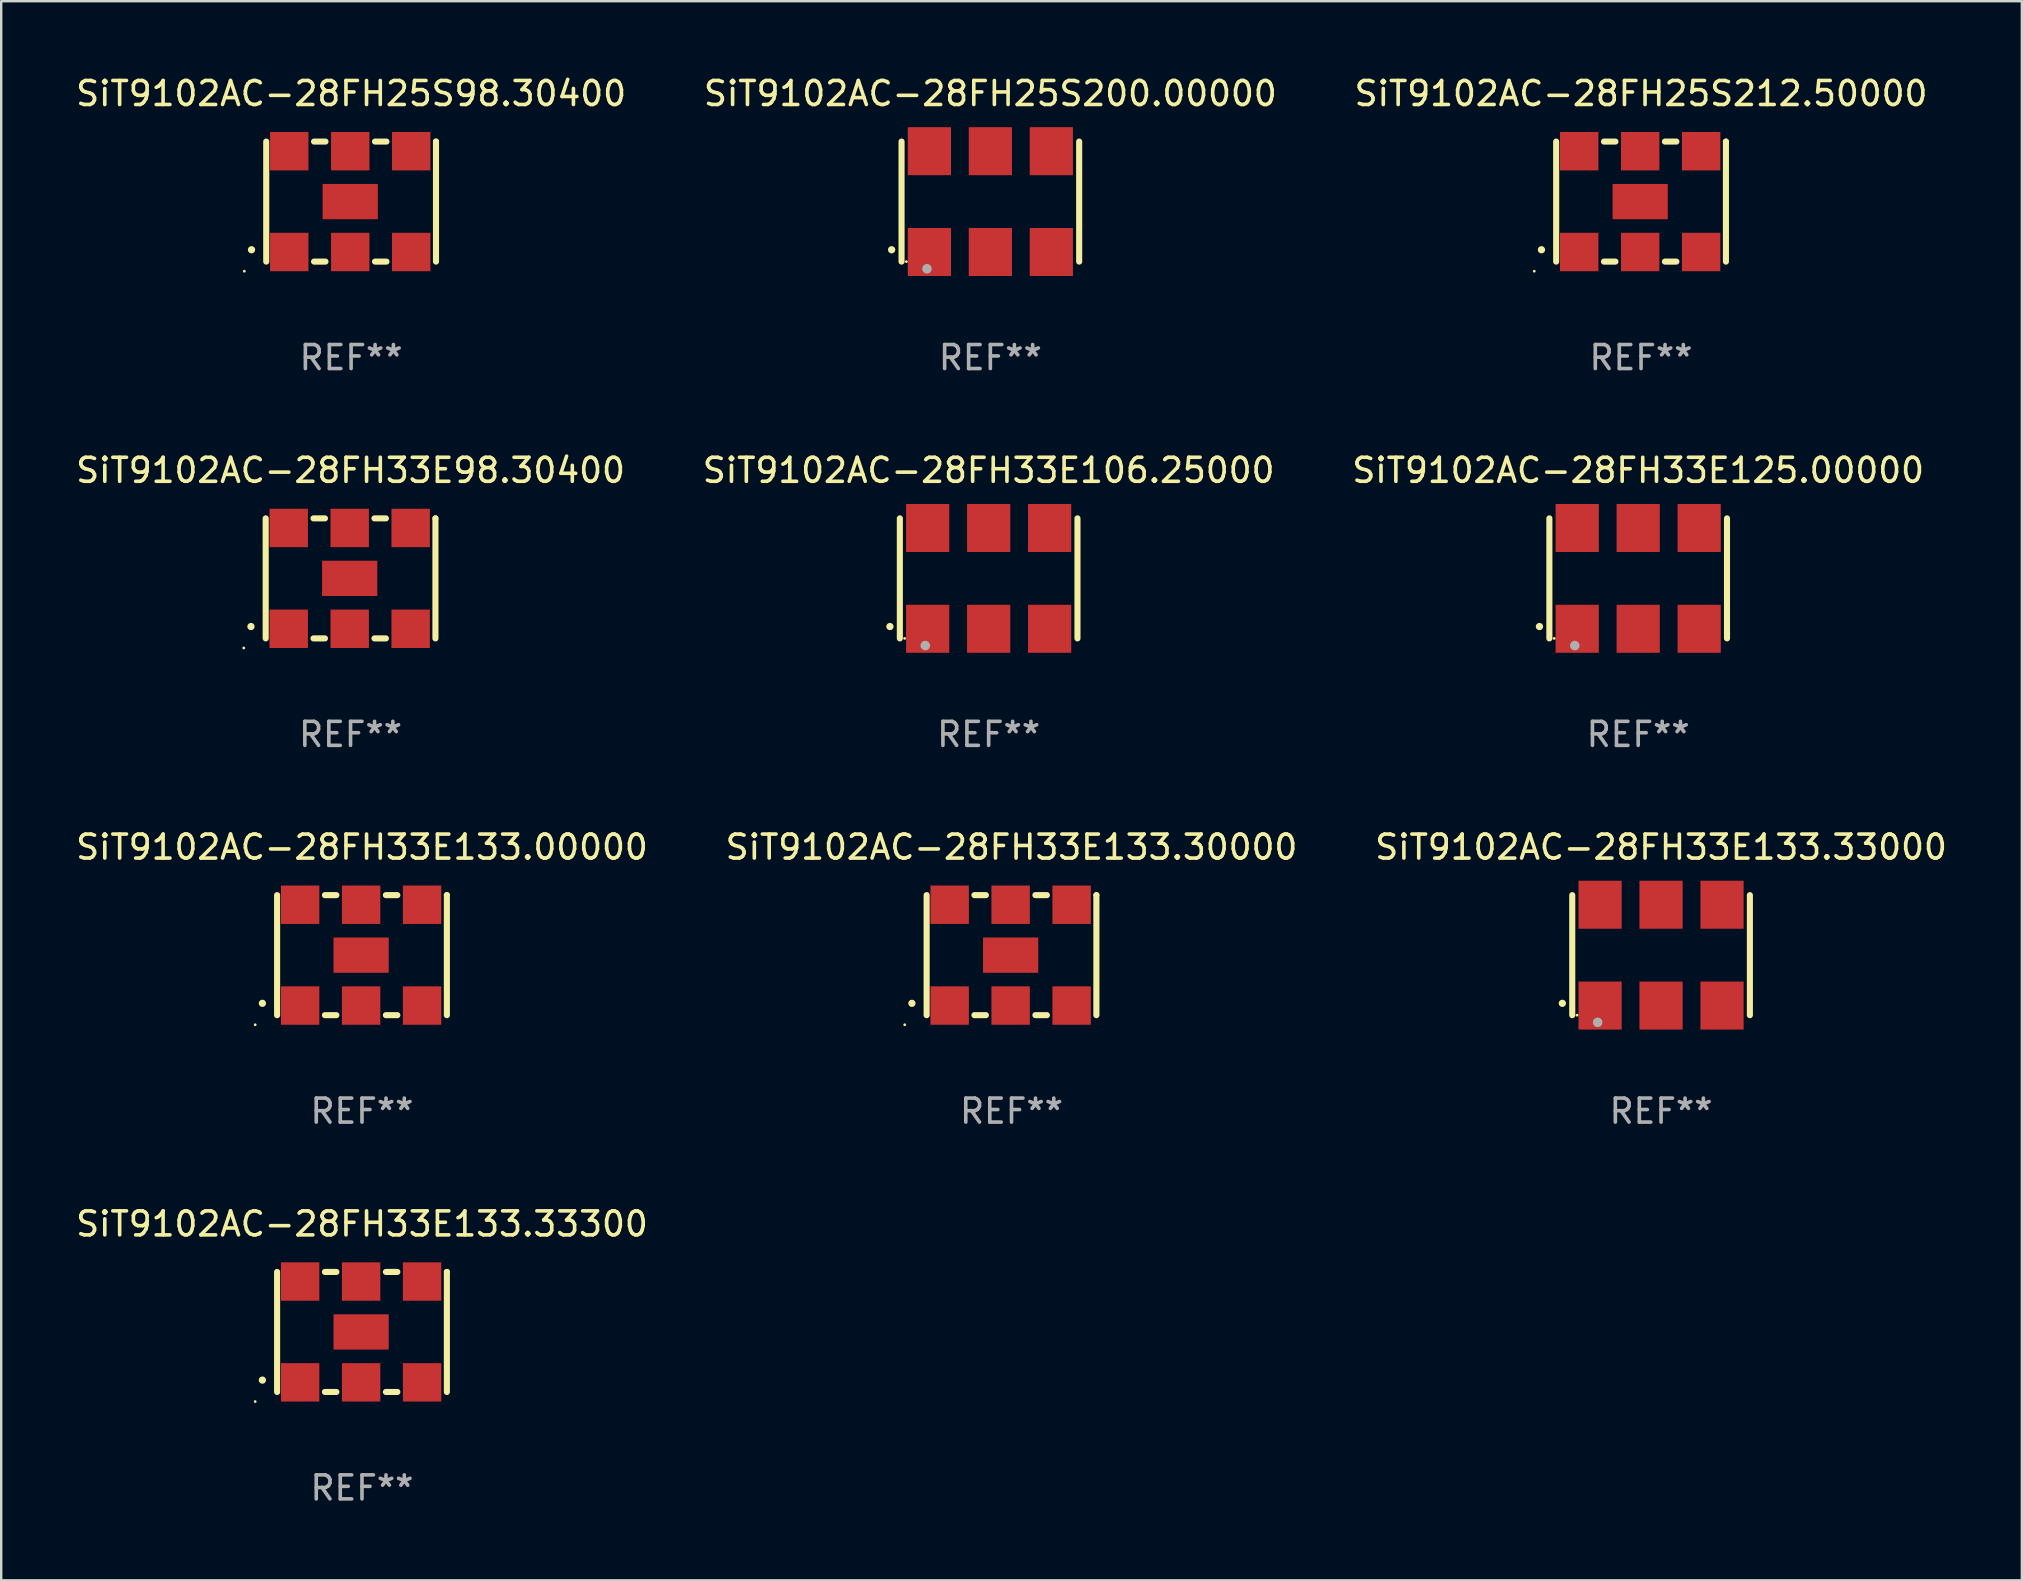
<source format=kicad_pcb>
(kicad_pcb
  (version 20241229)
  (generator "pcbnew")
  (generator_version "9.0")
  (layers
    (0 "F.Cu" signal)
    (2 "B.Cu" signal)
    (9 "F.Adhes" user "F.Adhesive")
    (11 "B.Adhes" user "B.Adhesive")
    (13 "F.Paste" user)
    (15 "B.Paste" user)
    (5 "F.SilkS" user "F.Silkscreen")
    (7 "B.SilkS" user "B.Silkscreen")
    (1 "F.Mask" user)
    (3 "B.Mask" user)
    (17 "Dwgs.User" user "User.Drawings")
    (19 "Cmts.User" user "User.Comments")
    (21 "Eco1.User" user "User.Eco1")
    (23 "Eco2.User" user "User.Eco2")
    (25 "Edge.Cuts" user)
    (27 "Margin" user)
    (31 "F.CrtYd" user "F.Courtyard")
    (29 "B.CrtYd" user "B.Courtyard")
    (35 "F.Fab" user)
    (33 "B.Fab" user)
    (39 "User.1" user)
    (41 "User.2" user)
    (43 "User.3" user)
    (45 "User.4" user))
  (footprint "SiT9102AC-28FH33E106.25000"
    (layer "F.Cu")
    (at 38.137 21.045)
    (property "Reference" "SiT9102AC-28FH33E106.25000" (at 0 -4.5 0) (layer "F.SilkS") (effects (font (size 1 1) (thickness 0.15))))
    (attr through_hole)
    (fp_line (start -3.7 -2.5) (end -3.7 2.5) (stroke (width 0.254) (type solid)) (layer "F.SilkS"))
    (fp_line (start 3.7 -2.5) (end 3.7 2.5) (stroke (width 0.254) (type solid)) (layer "F.SilkS"))
    (fp_arc (start -4.114415 2.006604) (mid -4.113145 2.006599) (end -4.111875 2.006604) (stroke (width 0.3) (type solid)) (layer "F.SilkS"))
    (fp_circle (center -3.5 2.501) (end -3.47 2.501) (stroke (width 0.06) (type solid)) (fill no) (layer "F.SilkS"))
    (fp_circle (center -2.641 2.799) (end -2.541 2.799) (stroke (width 0.2) (type solid)) (fill no) (layer "F.Fab"))
    (fp_text user "REF**" (at 0 6.5 0) (layer "F.Fab") (effects (font (size 1 1) (thickness 0.15))))
    (pad "1" smd rect (at -2.54 2.1) (size 1.8 2) (layers "F.Cu" "F.Mask" "F.Paste"))
    (pad "2" smd rect (at 0.000394 2.1) (size 1.8 2) (layers "F.Cu" "F.Mask" "F.Paste"))
    (pad "3" smd rect (at 2.54 2.1) (size 1.8 2) (layers "F.Cu" "F.Mask" "F.Paste"))
    (pad "4" smd rect (at 2.54 -2.1) (size 1.8 2) (layers "F.Cu" "F.Mask" "F.Paste"))
    (pad "5" smd rect (at 0.000394 -2.1) (size 1.8 2) (layers "F.Cu" "F.Mask" "F.Paste"))
    (pad "6" smd rect (at -2.54 -2.1) (size 1.8 2) (layers "F.Cu" "F.Mask" "F.Paste")))
  (footprint "SiT9102AC-28FH25S212.50000"
    (layer "F.Cu")
    (at 65.315 5.348)
    (property "Reference" "SiT9102AC-28FH25S212.50000" (at 0 -4.5 0) (layer "F.SilkS") (effects (font (size 1 1) (thickness 0.15))))
    (attr through_hole)
    (fp_line (start -3.536 -2.5) (end -3.536 2.5) (stroke (width 0.254) (type solid)) (layer "F.SilkS"))
    (fp_line (start -1.544 2.5) (end -1.067 2.5) (stroke (width 0.254) (type solid)) (layer "F.SilkS"))
    (fp_line (start -1.067 -2.5) (end -1.544 -2.5) (stroke (width 0.254) (type solid)) (layer "F.SilkS"))
    (fp_line (start 0.996 2.5) (end 1.473 2.5) (stroke (width 0.254) (type solid)) (layer "F.SilkS"))
    (fp_line (start 1.473 -2.5) (end 0.996 -2.5) (stroke (width 0.254) (type solid)) (layer "F.SilkS"))
    (fp_line (start 3.536 -2.5) (end 3.536 -2.5) (stroke (width 0.254) (type solid)) (layer "F.SilkS"))
    (fp_line (start 3.536 2.5) (end 3.536 -2.5) (stroke (width 0.254) (type solid)) (layer "F.SilkS"))
    (fp_arc (start -4.150432 2.006604) (mid -4.149162 2.006599) (end -4.147892 2.006604) (stroke (width 0.3) (type solid)) (layer "F.SilkS"))
    (fp_circle (center -4.449 2.9) (end -4.419 2.9) (stroke (width 0.06) (type solid)) (fill no) (layer "F.SilkS"))
    (fp_text user "REF**" (at 0 6.5 0) (layer "F.Fab") (effects (font (size 1 1) (thickness 0.15))))
    (pad "1" smd rect (at -2.576 2.1) (size 1.6 1.6) (layers "F.Cu" "F.Mask" "F.Paste"))
    (pad "2" smd rect (at -0.036 2.1) (size 1.6 1.6) (layers "F.Cu" "F.Mask" "F.Paste"))
    (pad "3" smd rect (at 2.504 2.1) (size 1.6 1.6) (layers "F.Cu" "F.Mask" "F.Paste"))
    (pad "4" smd rect (at 2.504 -2.1) (size 1.6 1.6) (layers "F.Cu" "F.Mask" "F.Paste"))
    (pad "5" smd rect (at -0.036 -2.1) (size 1.6 1.6) (layers "F.Cu" "F.Mask" "F.Paste"))
    (pad "6" smd rect (at -2.576 -2.1) (size 1.6 1.6) (layers "F.Cu" "F.Mask" "F.Paste"))
    (pad "7" smd rect (at -0.036 0) (size 2.3 1.47) (layers "F.Cu" "F.Mask" "F.Paste")))
  (footprint "SiT9102AC-28FH25S98.30400"
    (layer "F.Cu")
    (at 11.577 5.348)
    (property "Reference" "SiT9102AC-28FH25S98.30400" (at 0 -4.5 0) (layer "F.SilkS") (effects (font (size 1 1) (thickness 0.15))))
    (attr through_hole)
    (fp_line (start -3.536 -2.5) (end -3.536 2.5) (stroke (width 0.254) (type solid)) (layer "F.SilkS"))
    (fp_line (start -1.544 2.5) (end -1.067 2.5) (stroke (width 0.254) (type solid)) (layer "F.SilkS"))
    (fp_line (start -1.067 -2.5) (end -1.544 -2.5) (stroke (width 0.254) (type solid)) (layer "F.SilkS"))
    (fp_line (start 0.996 2.5) (end 1.473 2.5) (stroke (width 0.254) (type solid)) (layer "F.SilkS"))
    (fp_line (start 1.473 -2.5) (end 0.996 -2.5) (stroke (width 0.254) (type solid)) (layer "F.SilkS"))
    (fp_line (start 3.536 -2.5) (end 3.536 -2.5) (stroke (width 0.254) (type solid)) (layer "F.SilkS"))
    (fp_line (start 3.536 2.5) (end 3.536 -2.5) (stroke (width 0.254) (type solid)) (layer "F.SilkS"))
    (fp_arc (start -4.150432 2.006604) (mid -4.149162 2.006599) (end -4.147892 2.006604) (stroke (width 0.3) (type solid)) (layer "F.SilkS"))
    (fp_circle (center -4.449 2.9) (end -4.419 2.9) (stroke (width 0.06) (type solid)) (fill no) (layer "F.SilkS"))
    (fp_text user "REF**" (at 0 6.5 0) (layer "F.Fab") (effects (font (size 1 1) (thickness 0.15))))
    (pad "1" smd rect (at -2.576 2.1) (size 1.6 1.6) (layers "F.Cu" "F.Mask" "F.Paste"))
    (pad "2" smd rect (at -0.036 2.1) (size 1.6 1.6) (layers "F.Cu" "F.Mask" "F.Paste"))
    (pad "3" smd rect (at 2.504 2.1) (size 1.6 1.6) (layers "F.Cu" "F.Mask" "F.Paste"))
    (pad "4" smd rect (at 2.504 -2.1) (size 1.6 1.6) (layers "F.Cu" "F.Mask" "F.Paste"))
    (pad "5" smd rect (at -0.036 -2.1) (size 1.6 1.6) (layers "F.Cu" "F.Mask" "F.Paste"))
    (pad "6" smd rect (at -2.576 -2.1) (size 1.6 1.6) (layers "F.Cu" "F.Mask" "F.Paste"))
    (pad "7" smd rect (at -0.036 0) (size 2.3 1.47) (layers "F.Cu" "F.Mask" "F.Paste")))
  (footprint "SiT9102AC-28FH33E133.33300"
    (layer "F.Cu")
    (at 12.03 52.438)
    (property "Reference" "SiT9102AC-28FH33E133.33300" (at 0 -4.5 0) (layer "F.SilkS") (effects (font (size 1 1) (thickness 0.15))))
    (attr through_hole)
    (fp_line (start -3.536 -2.5) (end -3.536 2.5) (stroke (width 0.254) (type solid)) (layer "F.SilkS"))
    (fp_line (start -1.544 2.5) (end -1.067 2.5) (stroke (width 0.254) (type solid)) (layer "F.SilkS"))
    (fp_line (start -1.067 -2.5) (end -1.544 -2.5) (stroke (width 0.254) (type solid)) (layer "F.SilkS"))
    (fp_line (start 0.996 2.5) (end 1.473 2.5) (stroke (width 0.254) (type solid)) (layer "F.SilkS"))
    (fp_line (start 1.473 -2.5) (end 0.996 -2.5) (stroke (width 0.254) (type solid)) (layer "F.SilkS"))
    (fp_line (start 3.536 -2.5) (end 3.536 -2.5) (stroke (width 0.254) (type solid)) (layer "F.SilkS"))
    (fp_line (start 3.536 2.5) (end 3.536 -2.5) (stroke (width 0.254) (type solid)) (layer "F.SilkS"))
    (fp_arc (start -4.150432 2.006604) (mid -4.149162 2.006599) (end -4.147892 2.006604) (stroke (width 0.3) (type solid)) (layer "F.SilkS"))
    (fp_circle (center -4.449 2.9) (end -4.419 2.9) (stroke (width 0.06) (type solid)) (fill no) (layer "F.SilkS"))
    (fp_text user "REF**" (at 0 6.5 0) (layer "F.Fab") (effects (font (size 1 1) (thickness 0.15))))
    (pad "1" smd rect (at -2.576 2.1) (size 1.6 1.6) (layers "F.Cu" "F.Mask" "F.Paste"))
    (pad "2" smd rect (at -0.036 2.1) (size 1.6 1.6) (layers "F.Cu" "F.Mask" "F.Paste"))
    (pad "3" smd rect (at 2.504 2.1) (size 1.6 1.6) (layers "F.Cu" "F.Mask" "F.Paste"))
    (pad "4" smd rect (at 2.504 -2.1) (size 1.6 1.6) (layers "F.Cu" "F.Mask" "F.Paste"))
    (pad "5" smd rect (at -0.036 -2.1) (size 1.6 1.6) (layers "F.Cu" "F.Mask" "F.Paste"))
    (pad "6" smd rect (at -2.576 -2.1) (size 1.6 1.6) (layers "F.Cu" "F.Mask" "F.Paste"))
    (pad "7" smd rect (at -0.036 0) (size 2.3 1.47) (layers "F.Cu" "F.Mask" "F.Paste")))
  (footprint "SiT9102AC-28FH33E133.00000"
    (layer "F.Cu")
    (at 12.03 36.741)
    (property "Reference" "SiT9102AC-28FH33E133.00000" (at 0 -4.5 0) (layer "F.SilkS") (effects (font (size 1 1) (thickness 0.15))))
    (attr through_hole)
    (fp_line (start -3.536 -2.5) (end -3.536 2.5) (stroke (width 0.254) (type solid)) (layer "F.SilkS"))
    (fp_line (start -1.544 2.5) (end -1.067 2.5) (stroke (width 0.254) (type solid)) (layer "F.SilkS"))
    (fp_line (start -1.067 -2.5) (end -1.544 -2.5) (stroke (width 0.254) (type solid)) (layer "F.SilkS"))
    (fp_line (start 0.996 2.5) (end 1.473 2.5) (stroke (width 0.254) (type solid)) (layer "F.SilkS"))
    (fp_line (start 1.473 -2.5) (end 0.996 -2.5) (stroke (width 0.254) (type solid)) (layer "F.SilkS"))
    (fp_line (start 3.536 -2.5) (end 3.536 -2.5) (stroke (width 0.254) (type solid)) (layer "F.SilkS"))
    (fp_line (start 3.536 2.5) (end 3.536 -2.5) (stroke (width 0.254) (type solid)) (layer "F.SilkS"))
    (fp_arc (start -4.150432 2.006604) (mid -4.149162 2.006599) (end -4.147892 2.006604) (stroke (width 0.3) (type solid)) (layer "F.SilkS"))
    (fp_circle (center -4.449 2.9) (end -4.419 2.9) (stroke (width 0.06) (type solid)) (fill no) (layer "F.SilkS"))
    (fp_text user "REF**" (at 0 6.5 0) (layer "F.Fab") (effects (font (size 1 1) (thickness 0.15))))
    (pad "1" smd rect (at -2.576 2.1) (size 1.6 1.6) (layers "F.Cu" "F.Mask" "F.Paste"))
    (pad "2" smd rect (at -0.036 2.1) (size 1.6 1.6) (layers "F.Cu" "F.Mask" "F.Paste"))
    (pad "3" smd rect (at 2.504 2.1) (size 1.6 1.6) (layers "F.Cu" "F.Mask" "F.Paste"))
    (pad "4" smd rect (at 2.504 -2.1) (size 1.6 1.6) (layers "F.Cu" "F.Mask" "F.Paste"))
    (pad "5" smd rect (at -0.036 -2.1) (size 1.6 1.6) (layers "F.Cu" "F.Mask" "F.Paste"))
    (pad "6" smd rect (at -2.576 -2.1) (size 1.6 1.6) (layers "F.Cu" "F.Mask" "F.Paste"))
    (pad "7" smd rect (at -0.036 0) (size 2.3 1.47) (layers "F.Cu" "F.Mask" "F.Paste")))
  (footprint "SiT9102AC-28FH33E133.30000"
    (layer "F.Cu")
    (at 39.089 36.741)
    (property "Reference" "SiT9102AC-28FH33E133.30000" (at 0 -4.5 0) (layer "F.SilkS") (effects (font (size 1 1) (thickness 0.15))))
    (attr through_hole)
    (fp_line (start -3.536 -2.5) (end -3.536 2.5) (stroke (width 0.254) (type solid)) (layer "F.SilkS"))
    (fp_line (start -1.544 2.5) (end -1.067 2.5) (stroke (width 0.254) (type solid)) (layer "F.SilkS"))
    (fp_line (start -1.067 -2.5) (end -1.544 -2.5) (stroke (width 0.254) (type solid)) (layer "F.SilkS"))
    (fp_line (start 0.996 2.5) (end 1.473 2.5) (stroke (width 0.254) (type solid)) (layer "F.SilkS"))
    (fp_line (start 1.473 -2.5) (end 0.996 -2.5) (stroke (width 0.254) (type solid)) (layer "F.SilkS"))
    (fp_line (start 3.536 -2.5) (end 3.536 -2.5) (stroke (width 0.254) (type solid)) (layer "F.SilkS"))
    (fp_line (start 3.536 2.5) (end 3.536 -2.5) (stroke (width 0.254) (type solid)) (layer "F.SilkS"))
    (fp_arc (start -4.150432 2.006604) (mid -4.149162 2.006599) (end -4.147892 2.006604) (stroke (width 0.3) (type solid)) (layer "F.SilkS"))
    (fp_circle (center -4.449 2.9) (end -4.419 2.9) (stroke (width 0.06) (type solid)) (fill no) (layer "F.SilkS"))
    (fp_text user "REF**" (at 0 6.5 0) (layer "F.Fab") (effects (font (size 1 1) (thickness 0.15))))
    (pad "1" smd rect (at -2.576 2.1) (size 1.6 1.6) (layers "F.Cu" "F.Mask" "F.Paste"))
    (pad "2" smd rect (at -0.036 2.1) (size 1.6 1.6) (layers "F.Cu" "F.Mask" "F.Paste"))
    (pad "3" smd rect (at 2.504 2.1) (size 1.6 1.6) (layers "F.Cu" "F.Mask" "F.Paste"))
    (pad "4" smd rect (at 2.504 -2.1) (size 1.6 1.6) (layers "F.Cu" "F.Mask" "F.Paste"))
    (pad "5" smd rect (at -0.036 -2.1) (size 1.6 1.6) (layers "F.Cu" "F.Mask" "F.Paste"))
    (pad "6" smd rect (at -2.576 -2.1) (size 1.6 1.6) (layers "F.Cu" "F.Mask" "F.Paste"))
    (pad "7" smd rect (at -0.036 0) (size 2.3 1.47) (layers "F.Cu" "F.Mask" "F.Paste")))
  (footprint "SiT9102AC-28FH33E98.30400"
    (layer "F.Cu")
    (at 11.554 21.045)
    (property "Reference" "SiT9102AC-28FH33E98.30400" (at 0 -4.5 0) (layer "F.SilkS") (effects (font (size 1 1) (thickness 0.15))))
    (attr through_hole)
    (fp_line (start -3.536 -2.5) (end -3.536 2.5) (stroke (width 0.254) (type solid)) (layer "F.SilkS"))
    (fp_line (start -1.544 2.5) (end -1.067 2.5) (stroke (width 0.254) (type solid)) (layer "F.SilkS"))
    (fp_line (start -1.067 -2.5) (end -1.544 -2.5) (stroke (width 0.254) (type solid)) (layer "F.SilkS"))
    (fp_line (start 0.996 2.5) (end 1.473 2.5) (stroke (width 0.254) (type solid)) (layer "F.SilkS"))
    (fp_line (start 1.473 -2.5) (end 0.996 -2.5) (stroke (width 0.254) (type solid)) (layer "F.SilkS"))
    (fp_line (start 3.536 -2.5) (end 3.536 -2.5) (stroke (width 0.254) (type solid)) (layer "F.SilkS"))
    (fp_line (start 3.536 2.5) (end 3.536 -2.5) (stroke (width 0.254) (type solid)) (layer "F.SilkS"))
    (fp_arc (start -4.150432 2.006604) (mid -4.149162 2.006599) (end -4.147892 2.006604) (stroke (width 0.3) (type solid)) (layer "F.SilkS"))
    (fp_circle (center -4.449 2.9) (end -4.419 2.9) (stroke (width 0.06) (type solid)) (fill no) (layer "F.SilkS"))
    (fp_text user "REF**" (at 0 6.5 0) (layer "F.Fab") (effects (font (size 1 1) (thickness 0.15))))
    (pad "1" smd rect (at -2.576 2.1) (size 1.6 1.6) (layers "F.Cu" "F.Mask" "F.Paste"))
    (pad "2" smd rect (at -0.036 2.1) (size 1.6 1.6) (layers "F.Cu" "F.Mask" "F.Paste"))
    (pad "3" smd rect (at 2.504 2.1) (size 1.6 1.6) (layers "F.Cu" "F.Mask" "F.Paste"))
    (pad "4" smd rect (at 2.504 -2.1) (size 1.6 1.6) (layers "F.Cu" "F.Mask" "F.Paste"))
    (pad "5" smd rect (at -0.036 -2.1) (size 1.6 1.6) (layers "F.Cu" "F.Mask" "F.Paste"))
    (pad "6" smd rect (at -2.576 -2.1) (size 1.6 1.6) (layers "F.Cu" "F.Mask" "F.Paste"))
    (pad "7" smd rect (at -0.036 0) (size 2.3 1.47) (layers "F.Cu" "F.Mask" "F.Paste")))
  (footprint "SiT9102AC-28FH33E125.00000"
    (layer "F.Cu")
    (at 65.196 21.045)
    (property "Reference" "SiT9102AC-28FH33E125.00000" (at 0 -4.5 0) (layer "F.SilkS") (effects (font (size 1 1) (thickness 0.15))))
    (attr through_hole)
    (fp_line (start -3.7 -2.5) (end -3.7 2.5) (stroke (width 0.254) (type solid)) (layer "F.SilkS"))
    (fp_line (start 3.7 -2.5) (end 3.7 2.5) (stroke (width 0.254) (type solid)) (layer "F.SilkS"))
    (fp_arc (start -4.114415 2.006604) (mid -4.113145 2.006599) (end -4.111875 2.006604) (stroke (width 0.3) (type solid)) (layer "F.SilkS"))
    (fp_circle (center -3.5 2.501) (end -3.47 2.501) (stroke (width 0.06) (type solid)) (fill no) (layer "F.SilkS"))
    (fp_circle (center -2.641 2.799) (end -2.541 2.799) (stroke (width 0.2) (type solid)) (fill no) (layer "F.Fab"))
    (fp_text user "REF**" (at 0 6.5 0) (layer "F.Fab") (effects (font (size 1 1) (thickness 0.15))))
    (pad "1" smd rect (at -2.54 2.1) (size 1.8 2) (layers "F.Cu" "F.Mask" "F.Paste"))
    (pad "2" smd rect (at 0.000394 2.1) (size 1.8 2) (layers "F.Cu" "F.Mask" "F.Paste"))
    (pad "3" smd rect (at 2.54 2.1) (size 1.8 2) (layers "F.Cu" "F.Mask" "F.Paste"))
    (pad "4" smd rect (at 2.54 -2.1) (size 1.8 2) (layers "F.Cu" "F.Mask" "F.Paste"))
    (pad "5" smd rect (at 0.000394 -2.1) (size 1.8 2) (layers "F.Cu" "F.Mask" "F.Paste"))
    (pad "6" smd rect (at -2.54 -2.1) (size 1.8 2) (layers "F.Cu" "F.Mask" "F.Paste")))
  (footprint "SiT9102AC-28FH25S200.00000"
    (layer "F.Cu")
    (at 38.208 5.348)
    (property "Reference" "SiT9102AC-28FH25S200.00000" (at 0 -4.5 0) (layer "F.SilkS") (effects (font (size 1 1) (thickness 0.15))))
    (attr through_hole)
    (fp_line (start -3.7 -2.5) (end -3.7 2.5) (stroke (width 0.254) (type solid)) (layer "F.SilkS"))
    (fp_line (start 3.7 -2.5) (end 3.7 2.5) (stroke (width 0.254) (type solid)) (layer "F.SilkS"))
    (fp_arc (start -4.114415 2.006604) (mid -4.113145 2.006599) (end -4.111875 2.006604) (stroke (width 0.3) (type solid)) (layer "F.SilkS"))
    (fp_circle (center -3.5 2.501) (end -3.47 2.501) (stroke (width 0.06) (type solid)) (fill no) (layer "F.SilkS"))
    (fp_circle (center -2.641 2.799) (end -2.541 2.799) (stroke (width 0.2) (type solid)) (fill no) (layer "F.Fab"))
    (fp_text user "REF**" (at 0 6.5 0) (layer "F.Fab") (effects (font (size 1 1) (thickness 0.15))))
    (pad "1" smd rect (at -2.54 2.1) (size 1.8 2) (layers "F.Cu" "F.Mask" "F.Paste"))
    (pad "2" smd rect (at 0.000394 2.1) (size 1.8 2) (layers "F.Cu" "F.Mask" "F.Paste"))
    (pad "3" smd rect (at 2.54 2.1) (size 1.8 2) (layers "F.Cu" "F.Mask" "F.Paste"))
    (pad "4" smd rect (at 2.54 -2.1) (size 1.8 2) (layers "F.Cu" "F.Mask" "F.Paste"))
    (pad "5" smd rect (at 0.000394 -2.1) (size 1.8 2) (layers "F.Cu" "F.Mask" "F.Paste"))
    (pad "6" smd rect (at -2.54 -2.1) (size 1.8 2) (layers "F.Cu" "F.Mask" "F.Paste")))
  (footprint "SiT9102AC-28FH33E133.33000"
    (layer "F.Cu")
    (at 66.149 36.741)
    (property "Reference" "SiT9102AC-28FH33E133.33000" (at 0 -4.5 0) (layer "F.SilkS") (effects (font (size 1 1) (thickness 0.15))))
    (attr through_hole)
    (fp_line (start -3.7 -2.5) (end -3.7 2.5) (stroke (width 0.254) (type solid)) (layer "F.SilkS"))
    (fp_line (start 3.7 -2.5) (end 3.7 2.5) (stroke (width 0.254) (type solid)) (layer "F.SilkS"))
    (fp_arc (start -4.114415 2.006604) (mid -4.113145 2.006599) (end -4.111875 2.006604) (stroke (width 0.3) (type solid)) (layer "F.SilkS"))
    (fp_circle (center -3.5 2.501) (end -3.47 2.501) (stroke (width 0.06) (type solid)) (fill no) (layer "F.SilkS"))
    (fp_circle (center -2.641 2.799) (end -2.541 2.799) (stroke (width 0.2) (type solid)) (fill no) (layer "F.Fab"))
    (fp_text user "REF**" (at 0 6.5 0) (layer "F.Fab") (effects (font (size 1 1) (thickness 0.15))))
    (pad "1" smd rect (at -2.54 2.1) (size 1.8 2) (layers "F.Cu" "F.Mask" "F.Paste"))
    (pad "2" smd rect (at 0.000394 2.1) (size 1.8 2) (layers "F.Cu" "F.Mask" "F.Paste"))
    (pad "3" smd rect (at 2.54 2.1) (size 1.8 2) (layers "F.Cu" "F.Mask" "F.Paste"))
    (pad "4" smd rect (at 2.54 -2.1) (size 1.8 2) (layers "F.Cu" "F.Mask" "F.Paste"))
    (pad "5" smd rect (at 0.000394 -2.1) (size 1.8 2) (layers "F.Cu" "F.Mask" "F.Paste"))
    (pad "6" smd rect (at -2.54 -2.1) (size 1.8 2) (layers "F.Cu" "F.Mask" "F.Paste")))
  (gr_rect
    (start -3 -3)
    (end 81.179 62.786)
    (stroke (width 0.1) (type default))
    (fill no)
    (layer "Edge.Cuts")))
</source>
